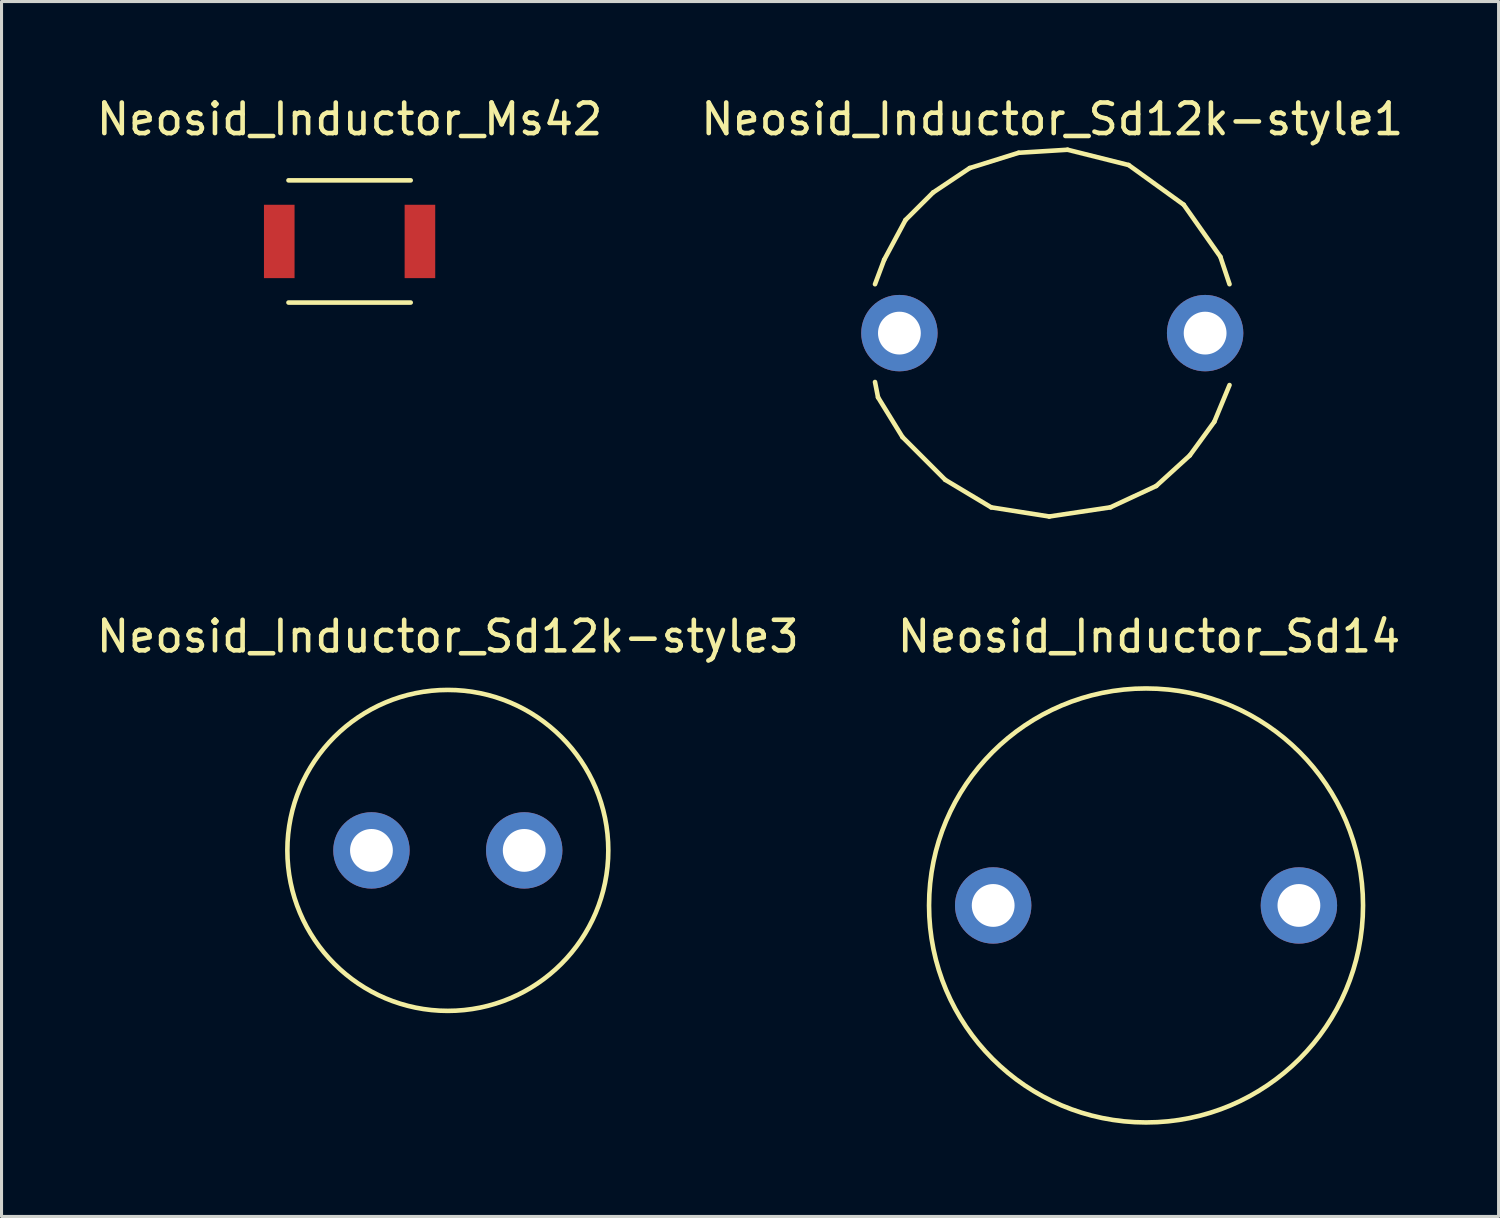
<source format=kicad_pcb>
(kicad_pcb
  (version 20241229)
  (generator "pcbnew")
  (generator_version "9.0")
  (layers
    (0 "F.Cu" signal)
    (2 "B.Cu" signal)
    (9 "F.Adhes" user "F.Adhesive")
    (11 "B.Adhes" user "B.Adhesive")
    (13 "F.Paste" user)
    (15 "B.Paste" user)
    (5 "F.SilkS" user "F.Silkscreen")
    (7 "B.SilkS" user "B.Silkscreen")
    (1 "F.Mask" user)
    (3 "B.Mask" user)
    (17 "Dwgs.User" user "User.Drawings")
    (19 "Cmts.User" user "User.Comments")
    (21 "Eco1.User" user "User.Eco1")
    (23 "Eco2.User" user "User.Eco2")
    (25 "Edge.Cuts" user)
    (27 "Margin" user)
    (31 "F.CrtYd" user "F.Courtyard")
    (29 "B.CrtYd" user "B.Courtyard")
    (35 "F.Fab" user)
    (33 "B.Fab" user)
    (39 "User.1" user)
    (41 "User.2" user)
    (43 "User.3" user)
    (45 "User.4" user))
  (footprint "Neosid_Inductor_Sd14"
    (layer "F.Cu")
    (at 34.443 26.572)
    (property "Reference" "Neosid_Inductor_Sd14" (at 0.099 -8.801 0) (layer "F.SilkS") (effects (font (size 1 1) (thickness 0.15))))
    (attr through_hole)
    (fp_circle (center 0 0) (end 7.099 0) (stroke (width 0.15) (type solid)) (fill no) (layer "F.SilkS"))
    (pad "1" thru_hole circle (at -5.001 0) (size 2.499 2.499) (drill 1.4) (layers "*.Cu" "*.Mask"))
    (pad "2" thru_hole circle (at 5.001 0) (size 2.499 2.499) (drill 1.4) (layers "*.Cu" "*.Mask")))
  (footprint "Neosid_Inductor_Ms42"
    (layer "F.Cu")
    (at 8.387 4.849)
    (property "Reference" "Neosid_Inductor_Ms42" (at 0 -4 0) (layer "F.SilkS") (effects (font (size 1 1) (thickness 0.15))))
    (attr smd)
    (fp_line (start 1.999 -1.999) (end -1.999 -1.999) (stroke (width 0.15) (type solid)) (layer "F.SilkS"))
    (fp_line (start 1.999 1.999) (end -1.999 1.999) (stroke (width 0.15) (type solid)) (layer "F.SilkS"))
    (pad "1" smd rect (at -2.301 0) (size 1.001 2.4) (layers "F.Cu" "F.Mask" "F.Paste"))
    (pad "2" smd rect (at 2.301 0) (size 1.001 2.4) (layers "F.Cu" "F.Mask" "F.Paste")))
  (footprint "Neosid_Inductor_Sd12k-style1"
    (layer "F.Cu")
    (at 31.375 7.848)
    (property "Reference" "Neosid_Inductor_Sd12k-style1" (at 0 -7 0) (layer "F.SilkS") (effects (font (size 1 1) (thickness 0.15))))
    (attr through_hole)
    (fp_line (start -5.799 -1.6) (end -5.499 -2.4) (stroke (width 0.15) (type solid)) (layer "F.SilkS"))
    (fp_line (start -5.7 2.101) (end -5.799 1.6) (stroke (width 0.15) (type solid)) (layer "F.SilkS"))
    (fp_line (start -5.499 -2.4) (end -4.801 -3.701) (stroke (width 0.15) (type solid)) (layer "F.SilkS"))
    (fp_line (start -4.9 3.401) (end -5.7 2.101) (stroke (width 0.15) (type solid)) (layer "F.SilkS"))
    (fp_line (start -4.801 -3.701) (end -3.899 -4.6) (stroke (width 0.15) (type solid)) (layer "F.SilkS"))
    (fp_line (start -3.899 -4.6) (end -2.7 -5.4) (stroke (width 0.15) (type solid)) (layer "F.SilkS"))
    (fp_line (start -3.5 4.801) (end -4.9 3.401) (stroke (width 0.15) (type solid)) (layer "F.SilkS"))
    (fp_line (start -2.7 -5.4) (end -1.1 -5.9) (stroke (width 0.15) (type solid)) (layer "F.SilkS"))
    (fp_line (start -1.999 5.7) (end -3.5 4.801) (stroke (width 0.15) (type solid)) (layer "F.SilkS"))
    (fp_line (start -1.1 -5.9) (end 0.5 -5.999) (stroke (width 0.15) (type solid)) (layer "F.SilkS"))
    (fp_line (start -0.099 5.999) (end -1.999 5.7) (stroke (width 0.15) (type solid)) (layer "F.SilkS"))
    (fp_line (start 0.5 -5.999) (end 2.499 -5.499) (stroke (width 0.15) (type solid)) (layer "F.SilkS"))
    (fp_line (start 1.9 5.7) (end -0.099 5.999) (stroke (width 0.15) (type solid)) (layer "F.SilkS"))
    (fp_line (start 2.499 -5.499) (end 4.3 -4.201) (stroke (width 0.15) (type solid)) (layer "F.SilkS"))
    (fp_line (start 3.401 5.001) (end 1.9 5.7) (stroke (width 0.15) (type solid)) (layer "F.SilkS"))
    (fp_line (start 4.3 -4.201) (end 5.499 -2.499) (stroke (width 0.15) (type solid)) (layer "F.SilkS"))
    (fp_line (start 4.501 4) (end 3.401 5.001) (stroke (width 0.15) (type solid)) (layer "F.SilkS"))
    (fp_line (start 5.301 2.901) (end 4.501 4) (stroke (width 0.15) (type solid)) (layer "F.SilkS"))
    (fp_line (start 5.499 -2.499) (end 5.799 -1.6) (stroke (width 0.15) (type solid)) (layer "F.SilkS"))
    (fp_line (start 5.799 1.699) (end 5.301 2.901) (stroke (width 0.15) (type solid)) (layer "F.SilkS"))
    (pad "1" thru_hole circle (at -5.001 0) (size 2.499 2.499) (drill 1.4) (layers "*.Cu" "*.Mask"))
    (pad "2" thru_hole circle (at 5.001 0) (size 2.499 2.499) (drill 1.4) (layers "*.Cu" "*.Mask")))
  (footprint "Neosid_Inductor_Sd12k-style3"
    (layer "F.Cu")
    (at 11.601 24.771)
    (property "Reference" "Neosid_Inductor_Sd12k-style3" (at 0 -7 0) (layer "F.SilkS") (effects (font (size 1 1) (thickness 0.15))))
    (attr through_hole)
    (fp_circle (center 0 0) (end 5.25 0) (stroke (width 0.15) (type solid)) (fill no) (layer "F.SilkS"))
    (pad "1" thru_hole circle (at -2.499 0) (size 2.499 2.499) (drill 1.4) (layers "*.Cu" "*.Mask"))
    (pad "2" thru_hole circle (at 2.499 0) (size 2.499 2.499) (drill 1.4) (layers "*.Cu" "*.Mask")))
  (gr_rect
    (start -3 -3)
    (end 45.976 36.747)
    (stroke (width 0.1) (type default))
    (fill no)
    (layer "Edge.Cuts")))
</source>
